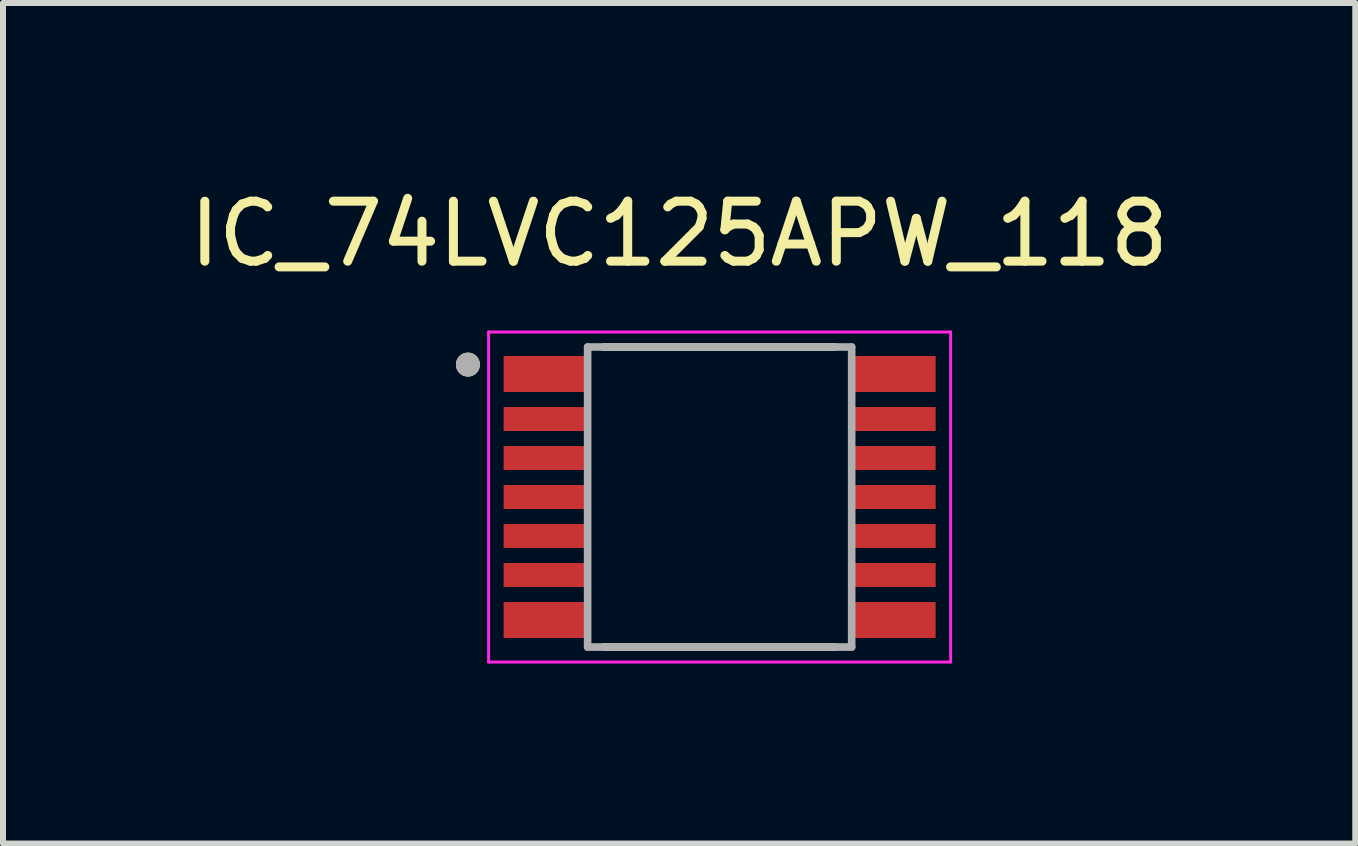
<source format=kicad_pcb>
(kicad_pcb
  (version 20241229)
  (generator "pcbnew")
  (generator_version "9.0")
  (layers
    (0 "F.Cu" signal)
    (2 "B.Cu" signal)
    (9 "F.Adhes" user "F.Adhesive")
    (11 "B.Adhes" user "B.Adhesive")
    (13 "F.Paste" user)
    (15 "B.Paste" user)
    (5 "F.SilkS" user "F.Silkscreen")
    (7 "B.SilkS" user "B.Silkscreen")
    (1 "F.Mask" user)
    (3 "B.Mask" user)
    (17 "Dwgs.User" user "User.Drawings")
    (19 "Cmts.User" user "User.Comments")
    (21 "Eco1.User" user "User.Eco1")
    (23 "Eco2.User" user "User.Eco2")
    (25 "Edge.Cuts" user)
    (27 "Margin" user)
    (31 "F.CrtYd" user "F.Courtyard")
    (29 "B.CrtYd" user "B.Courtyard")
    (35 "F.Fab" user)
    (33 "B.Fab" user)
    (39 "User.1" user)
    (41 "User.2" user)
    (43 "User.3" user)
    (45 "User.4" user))
  (footprint "IC_74LVC125APW_118"
    (layer "F.Cu")
    (at 8.943 5.233)
    (property "Reference" "IC_74LVC125APW_118" (at -0.675 -4.385 0) (layer "F.SilkS") (effects (font (size 1 1) (thickness 0.15))))
    (attr smd)
    (fp_line (start -1.93 -2.5) (end 1.93 -2.5) (stroke (width 0.127) (type solid)) (layer "F.SilkS"))
    (fp_line (start -1.93 2.5) (end 1.93 2.5) (stroke (width 0.127) (type solid)) (layer "F.SilkS"))
    (fp_circle (center -4.195 -2.207) (end -4.095 -2.207) (stroke (width 0.2) (type solid)) (fill no) (layer "F.SilkS"))
    (fp_poly (pts (xy -3.55 -2.3) (xy -2.3 -2.3) (xy -2.3 -1.8) (xy -3.55 -1.8)) (stroke (width 0.01) (type solid)) (fill yes) (layer "F.Paste"))
    (fp_poly (pts (xy -3.55 -1.45) (xy -2.3 -1.45) (xy -2.3 -1.15) (xy -3.55 -1.15)) (stroke (width 0.01) (type solid)) (fill yes) (layer "F.Paste"))
    (fp_poly (pts (xy -3.55 -0.8) (xy -2.3 -0.8) (xy -2.3 -0.5) (xy -3.55 -0.5)) (stroke (width 0.01) (type solid)) (fill yes) (layer "F.Paste"))
    (fp_poly (pts (xy -3.55 -0.15) (xy -2.3 -0.15) (xy -2.3 0.15) (xy -3.55 0.15)) (stroke (width 0.01) (type solid)) (fill yes) (layer "F.Paste"))
    (fp_poly (pts (xy -3.55 0.5) (xy -2.3 0.5) (xy -2.3 0.8) (xy -3.55 0.8)) (stroke (width 0.01) (type solid)) (fill yes) (layer "F.Paste"))
    (fp_poly (pts (xy -3.55 1.15) (xy -2.3 1.15) (xy -2.3 1.45) (xy -3.55 1.45)) (stroke (width 0.01) (type solid)) (fill yes) (layer "F.Paste"))
    (fp_poly (pts (xy -3.55 1.8) (xy -2.3 1.8) (xy -2.3 2.3) (xy -3.55 2.3)) (stroke (width 0.01) (type solid)) (fill yes) (layer "F.Paste"))
    (fp_poly (pts (xy 2.3 -2.3) (xy 3.55 -2.3) (xy 3.55 -1.8) (xy 2.3 -1.8)) (stroke (width 0.01) (type solid)) (fill yes) (layer "F.Paste"))
    (fp_poly (pts (xy 2.3 -1.45) (xy 3.55 -1.45) (xy 3.55 -1.15) (xy 2.3 -1.15)) (stroke (width 0.01) (type solid)) (fill yes) (layer "F.Paste"))
    (fp_poly (pts (xy 2.3 -0.8) (xy 3.55 -0.8) (xy 3.55 -0.5) (xy 2.3 -0.5)) (stroke (width 0.01) (type solid)) (fill yes) (layer "F.Paste"))
    (fp_poly (pts (xy 2.3 -0.15) (xy 3.55 -0.15) (xy 3.55 0.15) (xy 2.3 0.15)) (stroke (width 0.01) (type solid)) (fill yes) (layer "F.Paste"))
    (fp_poly (pts (xy 2.3 0.5) (xy 3.55 0.5) (xy 3.55 0.8) (xy 2.3 0.8)) (stroke (width 0.01) (type solid)) (fill yes) (layer "F.Paste"))
    (fp_poly (pts (xy 2.3 1.15) (xy 3.55 1.15) (xy 3.55 1.45) (xy 2.3 1.45)) (stroke (width 0.01) (type solid)) (fill yes) (layer "F.Paste"))
    (fp_poly (pts (xy 2.3 1.8) (xy 3.55 1.8) (xy 3.55 2.3) (xy 2.3 2.3)) (stroke (width 0.01) (type solid)) (fill yes) (layer "F.Paste"))
    (fp_line (start -3.85 -2.75) (end -3.85 2.75) (stroke (width 0.05) (type solid)) (layer "F.CrtYd"))
    (fp_line (start -3.85 2.75) (end 3.85 2.75) (stroke (width 0.05) (type solid)) (layer "F.CrtYd"))
    (fp_line (start 3.85 -2.75) (end -3.85 -2.75) (stroke (width 0.05) (type solid)) (layer "F.CrtYd"))
    (fp_line (start 3.85 2.75) (end 3.85 -2.75) (stroke (width 0.05) (type solid)) (layer "F.CrtYd"))
    (fp_line (start -2.2 -2.5) (end 2.2 -2.5) (stroke (width 0.127) (type solid)) (layer "F.Fab"))
    (fp_line (start -2.2 2.5) (end -2.2 -2.5) (stroke (width 0.127) (type solid)) (layer "F.Fab"))
    (fp_line (start 2.2 -2.5) (end 2.2 2.5) (stroke (width 0.127) (type solid)) (layer "F.Fab"))
    (fp_line (start 2.2 2.5) (end -2.2 2.5) (stroke (width 0.127) (type solid)) (layer "F.Fab"))
    (fp_circle (center -4.195 -2.207) (end -4.095 -2.207) (stroke (width 0.2) (type solid)) (fill no) (layer "F.Fab"))
    (pad "1" smd rect (at -2.925 -2.05) (size 1.35 0.6) (layers "F.Cu" "F.Mask"))
    (pad "2" smd rect (at -2.925 -1.3) (size 1.35 0.4) (layers "F.Cu" "F.Mask"))
    (pad "3" smd rect (at -2.925 -0.65) (size 1.35 0.4) (layers "F.Cu" "F.Mask"))
    (pad "4" smd rect (at -2.925 0) (size 1.35 0.4) (layers "F.Cu" "F.Mask"))
    (pad "5" smd rect (at -2.925 0.65) (size 1.35 0.4) (layers "F.Cu" "F.Mask"))
    (pad "6" smd rect (at -2.925 1.3) (size 1.35 0.4) (layers "F.Cu" "F.Mask"))
    (pad "7" smd rect (at -2.925 2.05) (size 1.35 0.6) (layers "F.Cu" "F.Mask"))
    (pad "8" smd rect (at 2.925 2.05) (size 1.35 0.6) (layers "F.Cu" "F.Mask"))
    (pad "9" smd rect (at 2.925 1.3) (size 1.35 0.4) (layers "F.Cu" "F.Mask"))
    (pad "10" smd rect (at 2.925 0.65) (size 1.35 0.4) (layers "F.Cu" "F.Mask"))
    (pad "11" smd rect (at 2.925 0) (size 1.35 0.4) (layers "F.Cu" "F.Mask"))
    (pad "12" smd rect (at 2.925 -0.65) (size 1.35 0.4) (layers "F.Cu" "F.Mask"))
    (pad "13" smd rect (at 2.925 -1.3) (size 1.35 0.4) (layers "F.Cu" "F.Mask"))
    (pad "14" smd rect (at 2.925 -2.05) (size 1.35 0.6) (layers "F.Cu" "F.Mask")))
  (gr_rect
    (start -3 -3)
    (end 19.536 11.008)
    (stroke (width 0.1) (type default))
    (fill no)
    (layer "Edge.Cuts")))
</source>
